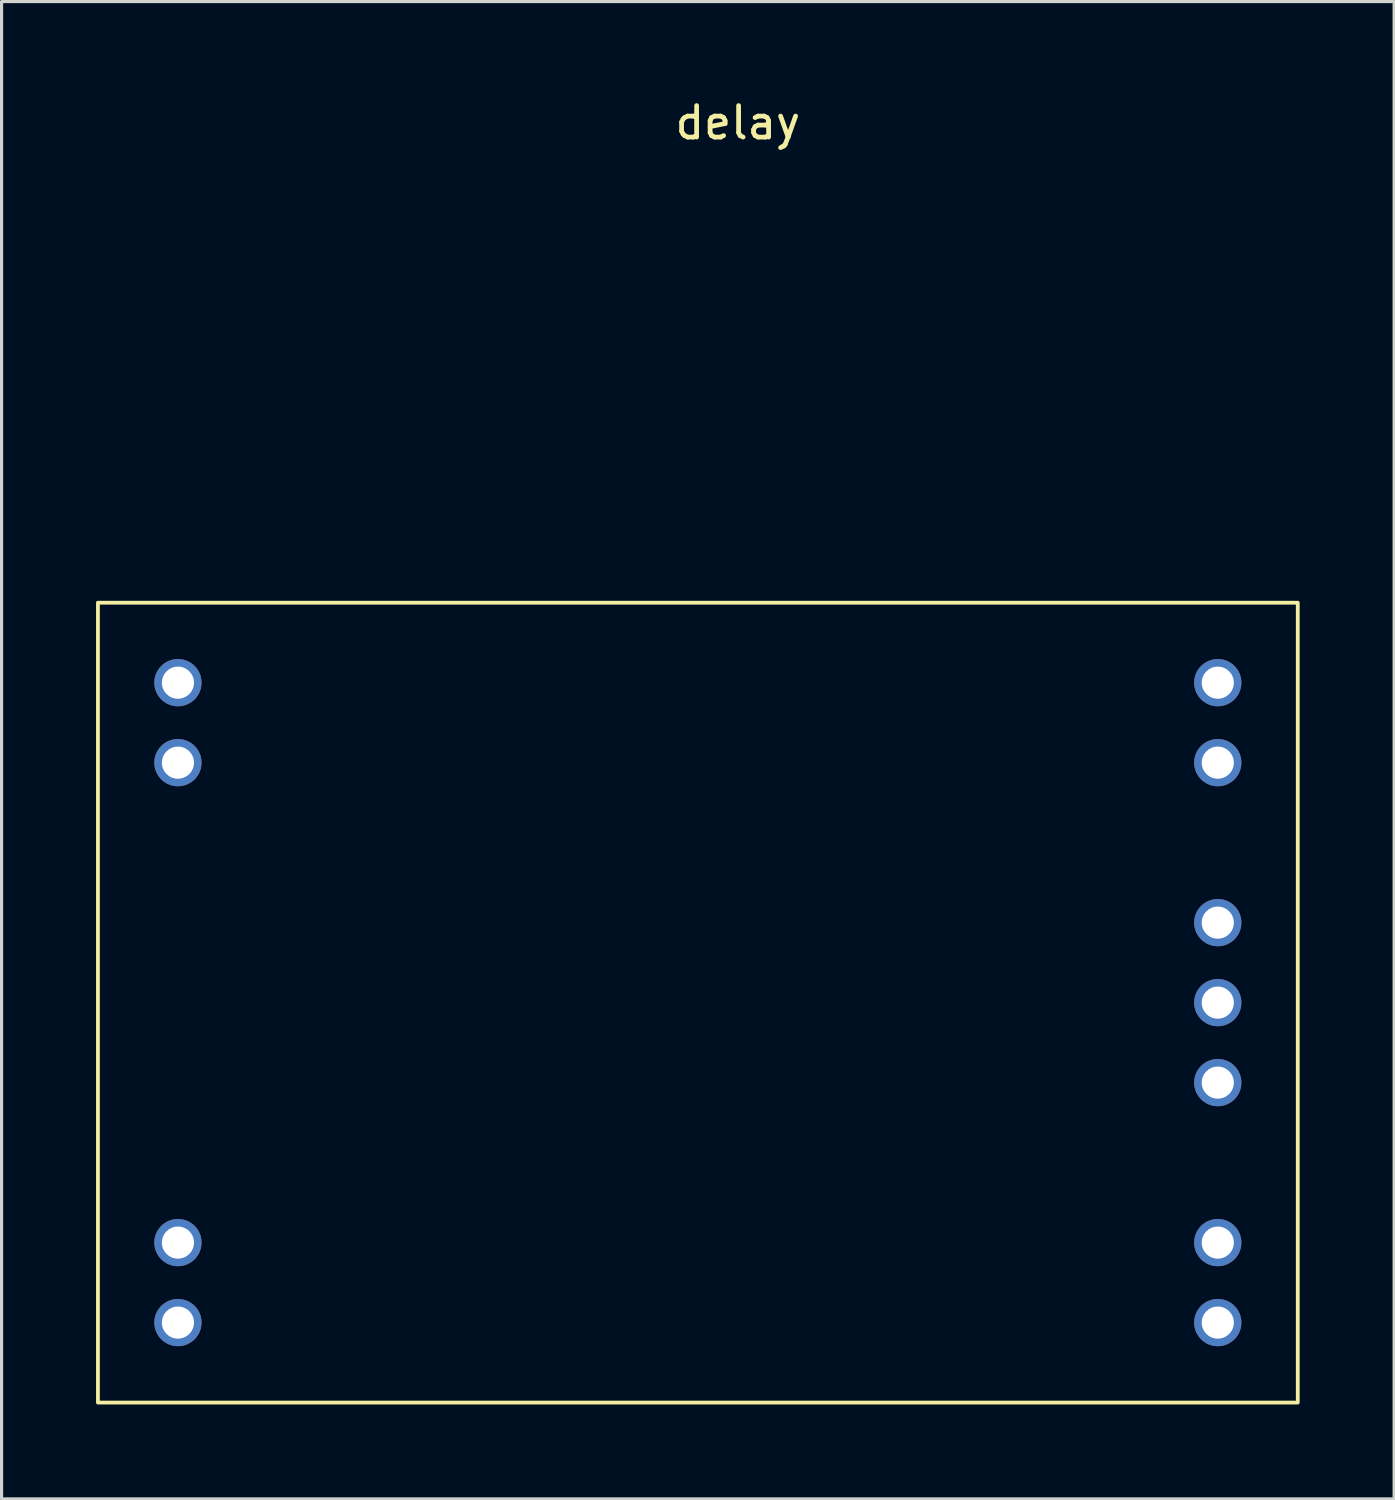
<source format=kicad_pcb>
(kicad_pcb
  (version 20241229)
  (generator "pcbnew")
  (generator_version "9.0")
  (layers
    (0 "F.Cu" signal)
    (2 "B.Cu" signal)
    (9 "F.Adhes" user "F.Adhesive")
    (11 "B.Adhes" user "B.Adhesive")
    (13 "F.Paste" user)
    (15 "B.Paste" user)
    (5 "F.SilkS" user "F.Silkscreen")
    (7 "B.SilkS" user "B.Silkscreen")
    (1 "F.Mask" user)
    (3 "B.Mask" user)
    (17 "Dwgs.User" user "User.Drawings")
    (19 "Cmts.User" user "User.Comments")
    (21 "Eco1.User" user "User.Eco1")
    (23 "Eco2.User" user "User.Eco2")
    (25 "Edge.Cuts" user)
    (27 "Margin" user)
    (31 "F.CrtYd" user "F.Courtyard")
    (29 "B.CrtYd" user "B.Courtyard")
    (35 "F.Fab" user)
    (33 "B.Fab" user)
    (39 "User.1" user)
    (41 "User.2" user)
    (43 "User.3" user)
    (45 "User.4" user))
  (footprint "delay"
    (layer "F.Cu")
    (at 20.38 28.788)
    (property "Reference" "delay" (at 0 -27.94 0) (unlocked yes) (layer "F.SilkS") (effects (font (size 1 1) (thickness 0.15))))
    (attr smd)
    (fp_rect (start -20.32 -12.7) (end 17.78 12.7) (stroke (width 0.12) (type solid)) (fill no) (layer "F.SilkS"))
    (pad "1" thru_hole circle (at -17.78 -10.16) (size 1.5 1.5) (drill 1.02) (layers "*.Cu" "*.Mask"))
    (pad "2" thru_hole circle (at -17.78 -7.62) (size 1.5 1.5) (drill 1.02) (layers "*.Cu" "*.Mask"))
    (pad "3" thru_hole circle (at -17.78 7.62) (size 1.5 1.5) (drill 1.02) (layers "*.Cu" "*.Mask"))
    (pad "4" thru_hole circle (at -17.78 10.16) (size 1.5 1.5) (drill 1.02) (layers "*.Cu" "*.Mask"))
    (pad "5" thru_hole circle (at 15.24 -10.16) (size 1.5 1.5) (drill 1.02) (layers "*.Cu" "*.Mask"))
    (pad "6" thru_hole circle (at 15.24 -7.62) (size 1.5 1.5) (drill 1.02) (layers "*.Cu" "*.Mask"))
    (pad "7" thru_hole circle (at 15.24 -2.54) (size 1.5 1.5) (drill 1.02) (layers "*.Cu" "*.Mask"))
    (pad "8" thru_hole circle (at 15.24 0) (size 1.5 1.5) (drill 1.02) (layers "*.Cu" "*.Mask"))
    (pad "9" thru_hole circle (at 15.24 2.54) (size 1.5 1.5) (drill 1.02) (layers "*.Cu" "*.Mask"))
    (pad "10" thru_hole circle (at 15.24 7.62) (size 1.5 1.5) (drill 1.02) (layers "*.Cu" "*.Mask"))
    (pad "11" thru_hole circle (at 15.24 10.16) (size 1.5 1.5) (drill 1.02) (layers "*.Cu" "*.Mask")))
  (gr_rect
    (start -3 -3)
    (end 41.22 44.548)
    (stroke (width 0.1) (type default))
    (fill no)
    (layer "Edge.Cuts")))
</source>
